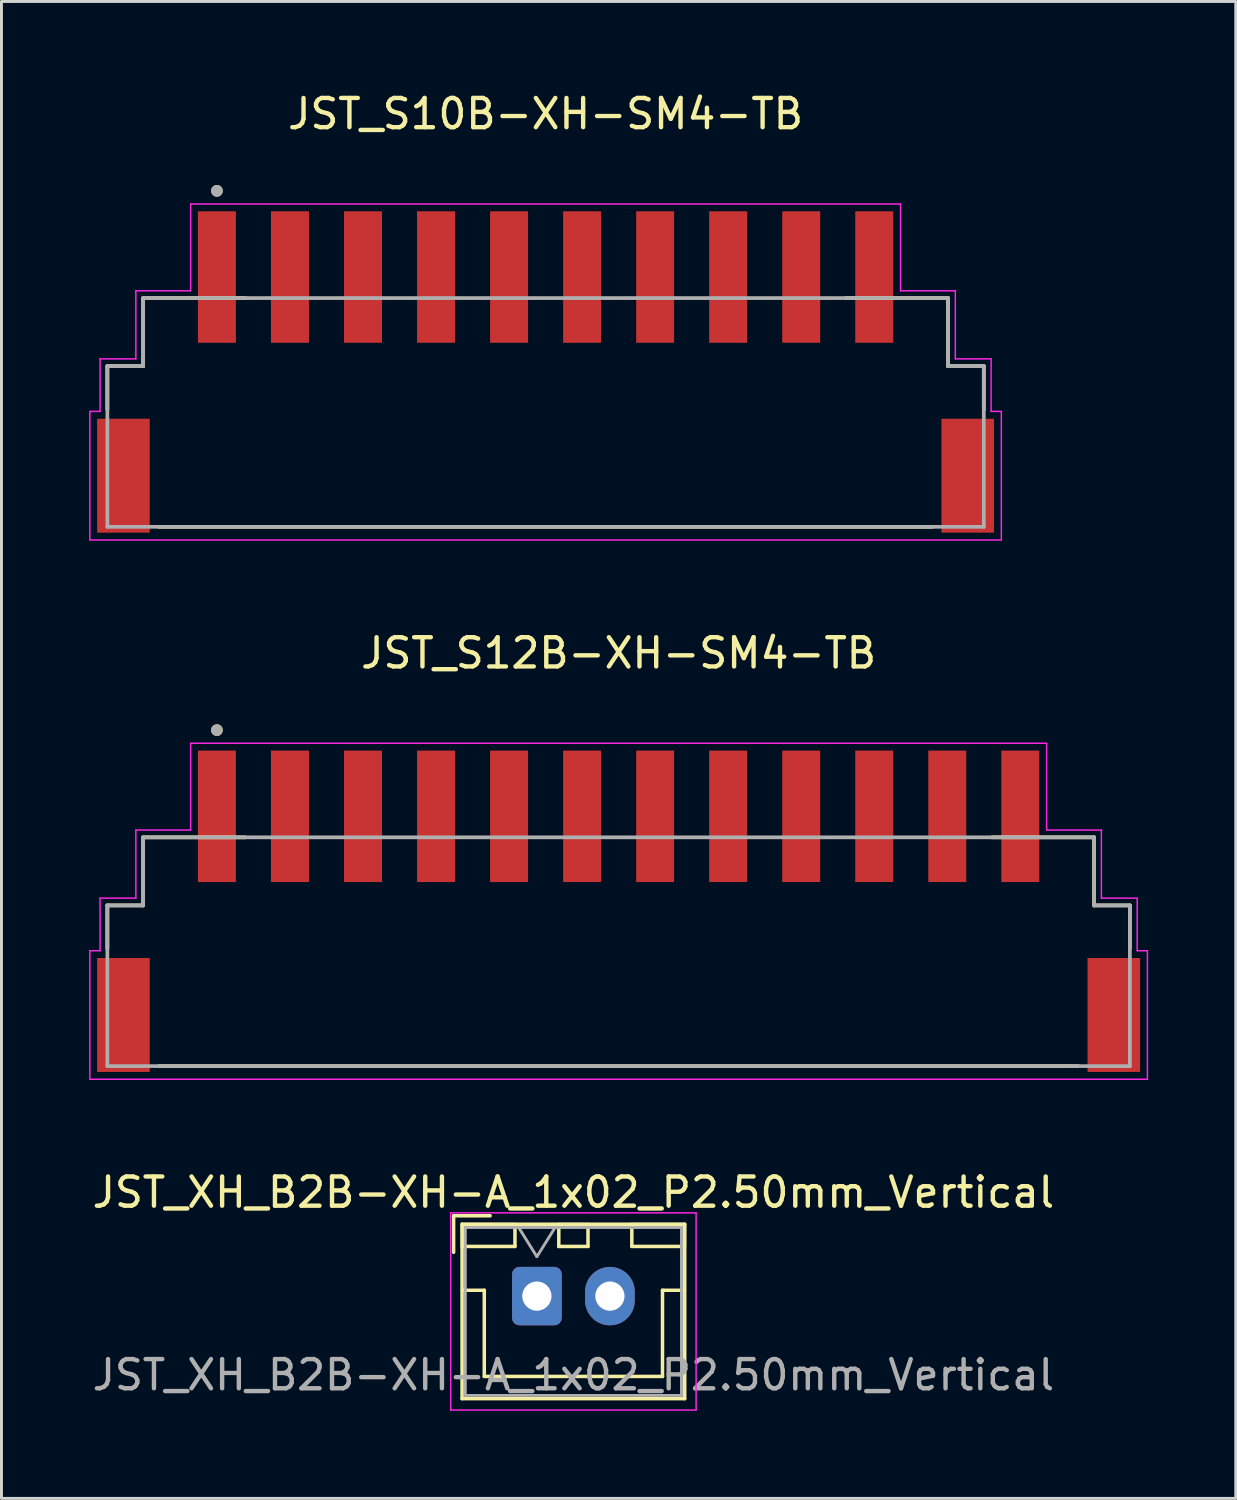
<source format=kicad_pcb>
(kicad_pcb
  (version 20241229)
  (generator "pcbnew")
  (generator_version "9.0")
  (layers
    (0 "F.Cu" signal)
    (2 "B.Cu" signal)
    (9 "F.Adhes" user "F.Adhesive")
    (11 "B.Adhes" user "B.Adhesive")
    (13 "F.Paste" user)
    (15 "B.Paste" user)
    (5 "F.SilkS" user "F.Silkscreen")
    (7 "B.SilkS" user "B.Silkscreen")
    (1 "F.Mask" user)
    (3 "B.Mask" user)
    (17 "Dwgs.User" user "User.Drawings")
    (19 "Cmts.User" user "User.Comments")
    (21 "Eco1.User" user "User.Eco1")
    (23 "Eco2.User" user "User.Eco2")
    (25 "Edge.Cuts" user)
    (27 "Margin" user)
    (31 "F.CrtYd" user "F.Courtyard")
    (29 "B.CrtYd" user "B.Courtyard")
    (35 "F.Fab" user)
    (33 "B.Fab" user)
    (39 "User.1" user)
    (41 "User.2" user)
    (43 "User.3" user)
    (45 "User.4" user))
  (footprint "JST_XH_B2B-XH-A_1x02_P2.50mm_Vertical"
    (layer "F.Cu")
    (at 15.327 41.315)
    (property "Reference" "JST_XH_B2B-XH-A_1x02_P2.50mm_Vertical" (at 1.25 -3.55 0) (layer "F.SilkS") (effects (font (size 1 1) (thickness 0.15))))
    (attr through_hole)
    (fp_line (start -2.85 -2.75) (end -2.85 -1.5) (stroke (width 0.12) (type solid)) (layer "F.SilkS"))
    (fp_line (start -2.56 -2.46) (end -2.56 3.51) (stroke (width 0.12) (type solid)) (layer "F.SilkS"))
    (fp_line (start -2.56 3.51) (end 5.06 3.51) (stroke (width 0.12) (type solid)) (layer "F.SilkS"))
    (fp_line (start -2.55 -2.45) (end -2.55 -1.7) (stroke (width 0.12) (type solid)) (layer "F.SilkS"))
    (fp_line (start -2.55 -1.7) (end -0.75 -1.7) (stroke (width 0.12) (type solid)) (layer "F.SilkS"))
    (fp_line (start -2.55 -0.2) (end -1.8 -0.2) (stroke (width 0.12) (type solid)) (layer "F.SilkS"))
    (fp_line (start -1.8 -0.2) (end -1.8 2.75) (stroke (width 0.12) (type solid)) (layer "F.SilkS"))
    (fp_line (start -1.8 2.75) (end 1.25 2.75) (stroke (width 0.12) (type solid)) (layer "F.SilkS"))
    (fp_line (start -1.6 -2.75) (end -2.85 -2.75) (stroke (width 0.12) (type solid)) (layer "F.SilkS"))
    (fp_line (start -0.75 -2.45) (end -2.55 -2.45) (stroke (width 0.12) (type solid)) (layer "F.SilkS"))
    (fp_line (start -0.75 -1.7) (end -0.75 -2.45) (stroke (width 0.12) (type solid)) (layer "F.SilkS"))
    (fp_line (start 0.75 -2.45) (end 0.75 -1.7) (stroke (width 0.12) (type solid)) (layer "F.SilkS"))
    (fp_line (start 0.75 -1.7) (end 1.75 -1.7) (stroke (width 0.12) (type solid)) (layer "F.SilkS"))
    (fp_line (start 1.75 -2.45) (end 0.75 -2.45) (stroke (width 0.12) (type solid)) (layer "F.SilkS"))
    (fp_line (start 1.75 -1.7) (end 1.75 -2.45) (stroke (width 0.12) (type solid)) (layer "F.SilkS"))
    (fp_line (start 3.25 -2.45) (end 3.25 -1.7) (stroke (width 0.12) (type solid)) (layer "F.SilkS"))
    (fp_line (start 3.25 -1.7) (end 5.05 -1.7) (stroke (width 0.12) (type solid)) (layer "F.SilkS"))
    (fp_line (start 4.3 -0.2) (end 4.3 2.75) (stroke (width 0.12) (type solid)) (layer "F.SilkS"))
    (fp_line (start 4.3 2.75) (end 1.25 2.75) (stroke (width 0.12) (type solid)) (layer "F.SilkS"))
    (fp_line (start 5.05 -2.45) (end 3.25 -2.45) (stroke (width 0.12) (type solid)) (layer "F.SilkS"))
    (fp_line (start 5.05 -1.7) (end 5.05 -2.45) (stroke (width 0.12) (type solid)) (layer "F.SilkS"))
    (fp_line (start 5.05 -0.2) (end 4.3 -0.2) (stroke (width 0.12) (type solid)) (layer "F.SilkS"))
    (fp_line (start 5.06 -2.46) (end -2.56 -2.46) (stroke (width 0.12) (type solid)) (layer "F.SilkS"))
    (fp_line (start 5.06 3.51) (end 5.06 -2.46) (stroke (width 0.12) (type solid)) (layer "F.SilkS"))
    (fp_line (start -2.95 -2.85) (end -2.95 3.9) (stroke (width 0.05) (type solid)) (layer "F.CrtYd"))
    (fp_line (start -2.95 3.9) (end 5.45 3.9) (stroke (width 0.05) (type solid)) (layer "F.CrtYd"))
    (fp_line (start 5.45 -2.85) (end -2.95 -2.85) (stroke (width 0.05) (type solid)) (layer "F.CrtYd"))
    (fp_line (start 5.45 3.9) (end 5.45 -2.85) (stroke (width 0.05) (type solid)) (layer "F.CrtYd"))
    (fp_line (start -2.45 -2.35) (end -2.45 3.4) (stroke (width 0.1) (type solid)) (layer "F.Fab"))
    (fp_line (start -2.45 3.4) (end 4.95 3.4) (stroke (width 0.1) (type solid)) (layer "F.Fab"))
    (fp_line (start -0.625 -2.35) (end 0 -1.35) (stroke (width 0.1) (type solid)) (layer "F.Fab"))
    (fp_line (start 0 -1.35) (end 0.625 -2.35) (stroke (width 0.1) (type solid)) (layer "F.Fab"))
    (fp_line (start 4.95 -2.35) (end -2.45 -2.35) (stroke (width 0.1) (type solid)) (layer "F.Fab"))
    (fp_line (start 4.95 3.4) (end 4.95 -2.35) (stroke (width 0.1) (type solid)) (layer "F.Fab"))
    (fp_text user "${REFERENCE}" (at 1.25 2.7 0) (layer "F.Fab") (effects (font (size 1 1) (thickness 0.15))))
    (pad "1" thru_hole roundrect (at 0 0) (size 1.7 2) (drill 1) (layers "*.Cu" "*.Mask") (roundrect_rratio 0.147))
    (pad "2" thru_hole oval (at 2.5 0) (size 1.7 2) (drill 1) (layers "*.Cu" "*.Mask")))
  (footprint "JST_S10B-XH-SM4-TB"
    (layer "F.Cu")
    (at 15.625 13.233)
    (property "Reference" "JST_S10B-XH-SM4-TB" (at 0 -12.385 0) (layer "F.SilkS") (effects (font (size 1 1) (thickness 0.15))))
    (attr smd)
    (fp_line (start -15 -3.75) (end -13.775 -3.75) (stroke (width 0.127) (type solid)) (layer "F.SilkS"))
    (fp_line (start -15 -2.27) (end -15 -3.75) (stroke (width 0.127) (type solid)) (layer "F.SilkS"))
    (fp_line (start -13.775 -6.08) (end -10.28 -6.08) (stroke (width 0.127) (type solid)) (layer "F.SilkS"))
    (fp_line (start -13.775 -3.75) (end -13.775 -6.08) (stroke (width 0.127) (type solid)) (layer "F.SilkS"))
    (fp_line (start -13.23 1.75) (end 13.23 1.75) (stroke (width 0.127) (type solid)) (layer "F.SilkS"))
    (fp_line (start 10.28 -6.08) (end 13.775 -6.08) (stroke (width 0.127) (type solid)) (layer "F.SilkS"))
    (fp_line (start 13.775 -6.08) (end 13.775 -3.75) (stroke (width 0.127) (type solid)) (layer "F.SilkS"))
    (fp_line (start 13.775 -3.75) (end 15 -3.75) (stroke (width 0.127) (type solid)) (layer "F.SilkS"))
    (fp_line (start 15 -3.75) (end 15 -2.27) (stroke (width 0.127) (type solid)) (layer "F.SilkS"))
    (fp_circle (center -11.25 -9.75) (end -11.15 -9.75) (stroke (width 0.2) (type solid)) (fill no) (layer "F.SilkS"))
    (fp_line (start -15.6 -2.2) (end -15.6 2.2) (stroke (width 0.05) (type solid)) (layer "F.CrtYd"))
    (fp_line (start -15.6 2.2) (end 15.6 2.2) (stroke (width 0.05) (type solid)) (layer "F.CrtYd"))
    (fp_line (start -15.25 -4) (end -15.25 -2.2) (stroke (width 0.05) (type solid)) (layer "F.CrtYd"))
    (fp_line (start -15.25 -2.2) (end -15.6 -2.2) (stroke (width 0.05) (type solid)) (layer "F.CrtYd"))
    (fp_line (start -14.025 -6.33) (end -14.025 -4) (stroke (width 0.05) (type solid)) (layer "F.CrtYd"))
    (fp_line (start -14.025 -4) (end -15.25 -4) (stroke (width 0.05) (type solid)) (layer "F.CrtYd"))
    (fp_line (start -12.15 -9.3) (end -12.15 -6.33) (stroke (width 0.05) (type solid)) (layer "F.CrtYd"))
    (fp_line (start -12.15 -6.33) (end -14.025 -6.33) (stroke (width 0.05) (type solid)) (layer "F.CrtYd"))
    (fp_line (start 12.15 -9.3) (end -12.15 -9.3) (stroke (width 0.05) (type solid)) (layer "F.CrtYd"))
    (fp_line (start 12.15 -6.33) (end 12.15 -9.3) (stroke (width 0.05) (type solid)) (layer "F.CrtYd"))
    (fp_line (start 14.025 -6.33) (end 12.15 -6.33) (stroke (width 0.05) (type solid)) (layer "F.CrtYd"))
    (fp_line (start 14.025 -4) (end 14.025 -6.33) (stroke (width 0.05) (type solid)) (layer "F.CrtYd"))
    (fp_line (start 15.25 -4) (end 14.025 -4) (stroke (width 0.05) (type solid)) (layer "F.CrtYd"))
    (fp_line (start 15.25 -2.2) (end 15.25 -4) (stroke (width 0.05) (type solid)) (layer "F.CrtYd"))
    (fp_line (start 15.6 -2.2) (end 15.25 -2.2) (stroke (width 0.05) (type solid)) (layer "F.CrtYd"))
    (fp_line (start 15.6 2.2) (end 15.6 -2.2) (stroke (width 0.05) (type solid)) (layer "F.CrtYd"))
    (fp_line (start -15 -3.75) (end -13.775 -3.75) (stroke (width 0.127) (type solid)) (layer "F.Fab"))
    (fp_line (start -15 1.75) (end -15 -3.75) (stroke (width 0.127) (type solid)) (layer "F.Fab"))
    (fp_line (start -13.775 -6.08) (end 13.775 -6.08) (stroke (width 0.127) (type solid)) (layer "F.Fab"))
    (fp_line (start -13.775 -3.75) (end -13.775 -6.08) (stroke (width 0.127) (type solid)) (layer "F.Fab"))
    (fp_line (start 13.775 -6.08) (end 13.775 -3.75) (stroke (width 0.127) (type solid)) (layer "F.Fab"))
    (fp_line (start 13.775 -3.75) (end 15 -3.75) (stroke (width 0.127) (type solid)) (layer "F.Fab"))
    (fp_line (start 15 -3.75) (end 15 1.75) (stroke (width 0.127) (type solid)) (layer "F.Fab"))
    (fp_line (start 15 1.75) (end -15 1.75) (stroke (width 0.127) (type solid)) (layer "F.Fab"))
    (fp_circle (center -11.25 -9.75) (end -11.15 -9.75) (stroke (width 0.2) (type solid)) (fill no) (layer "F.Fab"))
    (pad "1" smd rect (at -11.25 -6.8) (size 1.3 4.5) (layers "F.Cu" "F.Mask" "F.Paste"))
    (pad "2" smd rect (at -8.75 -6.8) (size 1.3 4.5) (layers "F.Cu" "F.Mask" "F.Paste"))
    (pad "3" smd rect (at -6.25 -6.8) (size 1.3 4.5) (layers "F.Cu" "F.Mask" "F.Paste"))
    (pad "4" smd rect (at -3.75 -6.8) (size 1.3 4.5) (layers "F.Cu" "F.Mask" "F.Paste"))
    (pad "5" smd rect (at -1.25 -6.8) (size 1.3 4.5) (layers "F.Cu" "F.Mask" "F.Paste"))
    (pad "6" smd rect (at 1.25 -6.8) (size 1.3 4.5) (layers "F.Cu" "F.Mask" "F.Paste"))
    (pad "7" smd rect (at 3.75 -6.8) (size 1.3 4.5) (layers "F.Cu" "F.Mask" "F.Paste"))
    (pad "8" smd rect (at 6.25 -6.8) (size 1.3 4.5) (layers "F.Cu" "F.Mask" "F.Paste"))
    (pad "9" smd rect (at 8.75 -6.8) (size 1.3 4.5) (layers "F.Cu" "F.Mask" "F.Paste"))
    (pad "10" smd rect (at 11.25 -6.8) (size 1.3 4.5) (layers "F.Cu" "F.Mask" "F.Paste"))
    (pad "SH1" smd rect (at -14.45 0) (size 1.8 3.9) (layers "F.Cu" "F.Mask" "F.Paste"))
    (pad "SH2" smd rect (at 14.45 0) (size 1.8 3.9) (layers "F.Cu" "F.Mask" "F.Paste")))
  (footprint "JST_S12B-XH-SM4-TB"
    (layer "F.Cu")
    (at 18.125 31.692)
    (property "Reference" "JST_S12B-XH-SM4-TB" (at 0 -12.385 0) (layer "F.SilkS") (effects (font (size 1 1) (thickness 0.15))))
    (attr smd)
    (fp_line (start -17.5 -3.75) (end -16.275 -3.75) (stroke (width 0.127) (type solid)) (layer "F.SilkS"))
    (fp_line (start -17.5 -2.27) (end -17.5 -3.75) (stroke (width 0.127) (type solid)) (layer "F.SilkS"))
    (fp_line (start -16.275 -6.08) (end -12.78 -6.08) (stroke (width 0.127) (type solid)) (layer "F.SilkS"))
    (fp_line (start -16.275 -3.75) (end -16.275 -6.08) (stroke (width 0.127) (type solid)) (layer "F.SilkS"))
    (fp_line (start -15.73 1.75) (end 15.73 1.75) (stroke (width 0.127) (type solid)) (layer "F.SilkS"))
    (fp_line (start 12.78 -6.08) (end 16.275 -6.08) (stroke (width 0.127) (type solid)) (layer "F.SilkS"))
    (fp_line (start 16.275 -6.08) (end 16.275 -3.75) (stroke (width 0.127) (type solid)) (layer "F.SilkS"))
    (fp_line (start 16.275 -3.75) (end 17.5 -3.75) (stroke (width 0.127) (type solid)) (layer "F.SilkS"))
    (fp_line (start 17.5 -3.75) (end 17.5 -2.27) (stroke (width 0.127) (type solid)) (layer "F.SilkS"))
    (fp_circle (center -13.75 -9.75) (end -13.65 -9.75) (stroke (width 0.2) (type solid)) (fill no) (layer "F.SilkS"))
    (fp_line (start -18.1 -2.2) (end -18.1 2.2) (stroke (width 0.05) (type solid)) (layer "F.CrtYd"))
    (fp_line (start -18.1 2.2) (end 18.1 2.2) (stroke (width 0.05) (type solid)) (layer "F.CrtYd"))
    (fp_line (start -17.75 -4) (end -17.75 -2.2) (stroke (width 0.05) (type solid)) (layer "F.CrtYd"))
    (fp_line (start -17.75 -2.2) (end -18.1 -2.2) (stroke (width 0.05) (type solid)) (layer "F.CrtYd"))
    (fp_line (start -16.525 -6.33) (end -16.525 -4) (stroke (width 0.05) (type solid)) (layer "F.CrtYd"))
    (fp_line (start -16.525 -4) (end -17.75 -4) (stroke (width 0.05) (type solid)) (layer "F.CrtYd"))
    (fp_line (start -14.65 -9.3) (end -14.65 -6.33) (stroke (width 0.05) (type solid)) (layer "F.CrtYd"))
    (fp_line (start -14.65 -6.33) (end -16.525 -6.33) (stroke (width 0.05) (type solid)) (layer "F.CrtYd"))
    (fp_line (start 14.65 -9.3) (end -14.65 -9.3) (stroke (width 0.05) (type solid)) (layer "F.CrtYd"))
    (fp_line (start 14.65 -6.33) (end 14.65 -9.3) (stroke (width 0.05) (type solid)) (layer "F.CrtYd"))
    (fp_line (start 16.525 -6.33) (end 14.65 -6.33) (stroke (width 0.05) (type solid)) (layer "F.CrtYd"))
    (fp_line (start 16.525 -4) (end 16.525 -6.33) (stroke (width 0.05) (type solid)) (layer "F.CrtYd"))
    (fp_line (start 17.75 -4) (end 16.525 -4) (stroke (width 0.05) (type solid)) (layer "F.CrtYd"))
    (fp_line (start 17.75 -2.2) (end 17.75 -4) (stroke (width 0.05) (type solid)) (layer "F.CrtYd"))
    (fp_line (start 18.1 -2.2) (end 17.75 -2.2) (stroke (width 0.05) (type solid)) (layer "F.CrtYd"))
    (fp_line (start 18.1 2.2) (end 18.1 -2.2) (stroke (width 0.05) (type solid)) (layer "F.CrtYd"))
    (fp_line (start -17.5 -3.75) (end -16.275 -3.75) (stroke (width 0.127) (type solid)) (layer "F.Fab"))
    (fp_line (start -17.5 1.75) (end -17.5 -3.75) (stroke (width 0.127) (type solid)) (layer "F.Fab"))
    (fp_line (start -16.275 -6.08) (end 16.275 -6.08) (stroke (width 0.127) (type solid)) (layer "F.Fab"))
    (fp_line (start -16.275 -3.75) (end -16.275 -6.08) (stroke (width 0.127) (type solid)) (layer "F.Fab"))
    (fp_line (start 16.275 -6.08) (end 16.275 -3.75) (stroke (width 0.127) (type solid)) (layer "F.Fab"))
    (fp_line (start 16.275 -3.75) (end 17.5 -3.75) (stroke (width 0.127) (type solid)) (layer "F.Fab"))
    (fp_line (start 17.5 -3.75) (end 17.5 1.75) (stroke (width 0.127) (type solid)) (layer "F.Fab"))
    (fp_line (start 17.5 1.75) (end -17.5 1.75) (stroke (width 0.127) (type solid)) (layer "F.Fab"))
    (fp_circle (center -13.75 -9.75) (end -13.65 -9.75) (stroke (width 0.2) (type solid)) (fill no) (layer "F.Fab"))
    (pad "1" smd rect (at -13.75 -6.8) (size 1.3 4.5) (layers "F.Cu" "F.Mask" "F.Paste"))
    (pad "2" smd rect (at -11.25 -6.8) (size 1.3 4.5) (layers "F.Cu" "F.Mask" "F.Paste"))
    (pad "3" smd rect (at -8.75 -6.8) (size 1.3 4.5) (layers "F.Cu" "F.Mask" "F.Paste"))
    (pad "4" smd rect (at -6.25 -6.8) (size 1.3 4.5) (layers "F.Cu" "F.Mask" "F.Paste"))
    (pad "5" smd rect (at -3.75 -6.8) (size 1.3 4.5) (layers "F.Cu" "F.Mask" "F.Paste"))
    (pad "6" smd rect (at -1.25 -6.8) (size 1.3 4.5) (layers "F.Cu" "F.Mask" "F.Paste"))
    (pad "7" smd rect (at 1.25 -6.8) (size 1.3 4.5) (layers "F.Cu" "F.Mask" "F.Paste"))
    (pad "8" smd rect (at 3.75 -6.8) (size 1.3 4.5) (layers "F.Cu" "F.Mask" "F.Paste"))
    (pad "9" smd rect (at 6.25 -6.8) (size 1.3 4.5) (layers "F.Cu" "F.Mask" "F.Paste"))
    (pad "10" smd rect (at 8.75 -6.8) (size 1.3 4.5) (layers "F.Cu" "F.Mask" "F.Paste"))
    (pad "11" smd rect (at 11.25 -6.8) (size 1.3 4.5) (layers "F.Cu" "F.Mask" "F.Paste"))
    (pad "12" smd rect (at 13.75 -6.8) (size 1.3 4.5) (layers "F.Cu" "F.Mask" "F.Paste"))
    (pad "SH1" smd rect (at -16.95 0) (size 1.8 3.9) (layers "F.Cu" "F.Mask" "F.Paste"))
    (pad "SH2" smd rect (at 16.95 0) (size 1.8 3.9) (layers "F.Cu" "F.Mask" "F.Paste")))
  (gr_rect
    (start -3 -3)
    (end 39.25 48.24)
    (stroke (width 0.1) (type default))
    (fill no)
    (layer "Edge.Cuts")))
</source>
